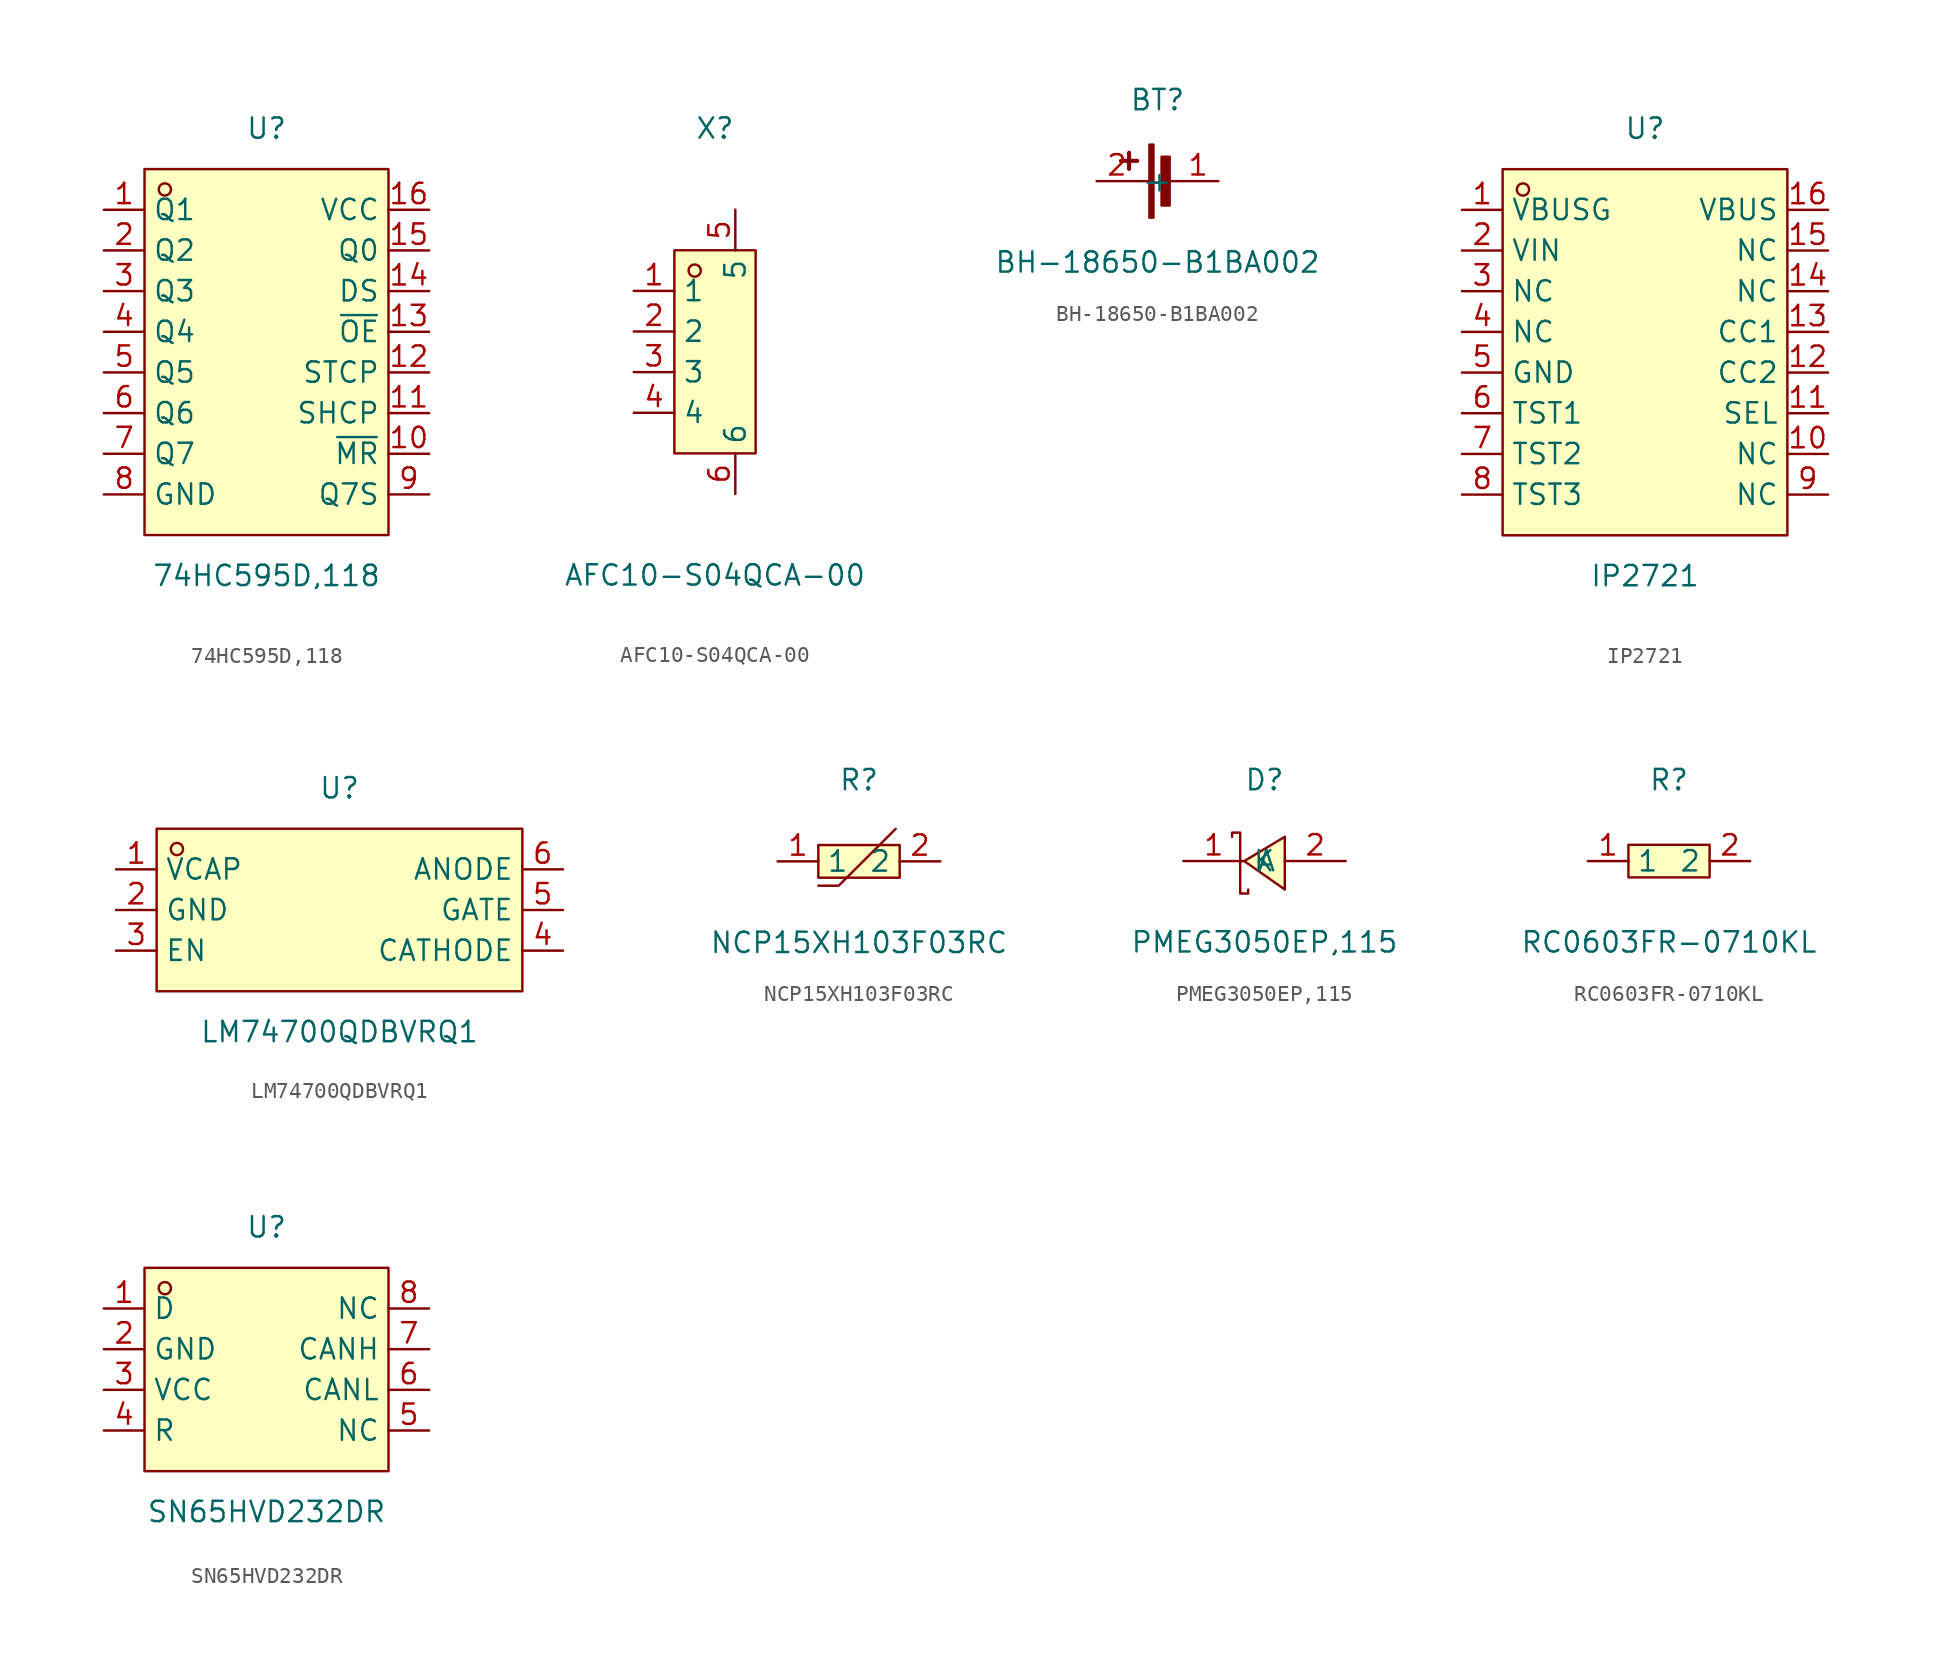
<source format=kicad_sym>
(kicad_symbol_lib
  (version 20241209)
  (generator "kicad_symbol_editor")
  (generator_version "9.0")
  (symbol "74HC595D,118"
    (property "Reference" "U"
      (at 0 13.97 0)
      (effects (font (size 1.27 1.27))))
    (property "Value" "74HC595D,118"
      (at 0 -13.97 0)
      (effects (font (size 1.27 1.27))))
    (symbol "74HC595D,118_0_1"
      (rectangle (start -7.62 11.43) (end 7.62 -11.43) (stroke (width 0) (type default)) (fill (type background)))
      (circle (center -6.35 10.16) (radius 0.38) (stroke (width 0) (type default)) (fill (type none)))
      (pin unspecified line (at -10.16 8.89 0) (length 2.54) (name "Q1" (effects (font (size 1.27 1.27)))) (number "1" (effects (font (size 1.27 1.27)))))
      (pin unspecified line (at -10.16 6.35 0) (length 2.54) (name "Q2" (effects (font (size 1.27 1.27)))) (number "2" (effects (font (size 1.27 1.27)))))
      (pin unspecified line (at -10.16 3.81 0) (length 2.54) (name "Q3" (effects (font (size 1.27 1.27)))) (number "3" (effects (font (size 1.27 1.27)))))
      (pin unspecified line (at -10.16 1.27 0) (length 2.54) (name "Q4" (effects (font (size 1.27 1.27)))) (number "4" (effects (font (size 1.27 1.27)))))
      (pin unspecified line (at -10.16 -1.27 0) (length 2.54) (name "Q5" (effects (font (size 1.27 1.27)))) (number "5" (effects (font (size 1.27 1.27)))))
      (pin unspecified line (at -10.16 -3.81 0) (length 2.54) (name "Q6" (effects (font (size 1.27 1.27)))) (number "6" (effects (font (size 1.27 1.27)))))
      (pin unspecified line (at -10.16 -6.35 0) (length 2.54) (name "Q7" (effects (font (size 1.27 1.27)))) (number "7" (effects (font (size 1.27 1.27)))))
      (pin unspecified line (at -10.16 -8.89 0) (length 2.54) (name "GND" (effects (font (size 1.27 1.27)))) (number "8" (effects (font (size 1.27 1.27)))))
      (pin unspecified line (at 10.16 8.89 180) (length 2.54) (name "VCC" (effects (font (size 1.27 1.27)))) (number "16" (effects (font (size 1.27 1.27)))))
      (pin unspecified line (at 10.16 6.35 180) (length 2.54) (name "Q0" (effects (font (size 1.27 1.27)))) (number "15" (effects (font (size 1.27 1.27)))))
      (pin unspecified line (at 10.16 3.81 180) (length 2.54) (name "DS" (effects (font (size 1.27 1.27)))) (number "14" (effects (font (size 1.27 1.27)))))
      (pin unspecified line (at 10.16 1.27 180) (length 2.54) (name "~{OE}" (effects (font (size 1.27 1.27)))) (number "13" (effects (font (size 1.27 1.27)))))
      (pin unspecified line (at 10.16 -1.27 180) (length 2.54) (name "STCP" (effects (font (size 1.27 1.27)))) (number "12" (effects (font (size 1.27 1.27)))))
      (pin unspecified line (at 10.16 -3.81 180) (length 2.54) (name "SHCP" (effects (font (size 1.27 1.27)))) (number "11" (effects (font (size 1.27 1.27)))))
      (pin unspecified line (at 10.16 -6.35 180) (length 2.54) (name "~{MR}" (effects (font (size 1.27 1.27)))) (number "10" (effects (font (size 1.27 1.27)))))
      (pin unspecified line (at 10.16 -8.89 180) (length 2.54) (name "Q7S" (effects (font (size 1.27 1.27)))) (number "9" (effects (font (size 1.27 1.27)))))))
  (symbol "AFC10-S04QCA-00"
    (property "Reference" "X"
      (at 0 13.97 0)
      (effects (font (size 1.27 1.27))))
    (property "Value" "AFC10-S04QCA-00"
      (at 0 -13.97 0)
      (effects (font (size 1.27 1.27))))
    (symbol "AFC10-S04QCA-00_0_1"
      (rectangle (start -2.54 6.35) (end 2.54 -6.35) (stroke (width 0) (type default)) (fill (type background)))
      (circle (center -1.27 5.08) (radius 0.38) (stroke (width 0) (type default)) (fill (type none)))
      (pin unspecified line (at -5.08 3.81 0) (length 2.54) (name "1" (effects (font (size 1.27 1.27)))) (number "1" (effects (font (size 1.27 1.27)))))
      (pin unspecified line (at -5.08 1.27 0) (length 2.54) (name "2" (effects (font (size 1.27 1.27)))) (number "2" (effects (font (size 1.27 1.27)))))
      (pin unspecified line (at -5.08 -1.27 0) (length 2.54) (name "3" (effects (font (size 1.27 1.27)))) (number "3" (effects (font (size 1.27 1.27)))))
      (pin unspecified line (at -5.08 -3.81 0) (length 2.54) (name "4" (effects (font (size 1.27 1.27)))) (number "4" (effects (font (size 1.27 1.27)))))
      (pin unspecified line (at 1.27 8.89 270) (length 2.54) (name "5" (effects (font (size 1.27 1.27)))) (number "5" (effects (font (size 1.27 1.27)))))
      (pin unspecified line (at 1.27 -8.89 90) (length 2.54) (name "6" (effects (font (size 1.27 1.27)))) (number "6" (effects (font (size 1.27 1.27)))))))
  (symbol "BH-18650-B1BA002"
    (property "Reference" "BT"
      (at 0 5.08 0)
      (effects (font (size 1.27 1.27))))
    (property "Value" "BH-18650-B1BA002"
      (at 0 -5.08 0)
      (effects (font (size 1.27 1.27))))
    (symbol "BH-18650-B1BA002_0_1"
      (polyline (pts (xy -2.286 1.27) (xy -1.27 1.27)) (stroke (width 0.254) (type default)) (fill (type none)))
      (polyline (pts (xy -1.778 0.762) (xy -1.778 1.778)) (stroke (width 0.254) (type default)) (fill (type none)))
      (polyline (pts (xy -0.508 0) (xy -1.27 0)) (stroke (width 0) (type default)) (fill (type none)))
      (rectangle (start -0.508 -2.286) (end -0.254 2.286) (stroke (width 0) (type default)) (fill (type outline)))
      (rectangle (start 0.254 -1.524) (end 0.762 1.524) (stroke (width 0) (type default)) (fill (type outline)))
      (polyline (pts (xy 0.508 0) (xy 1.27 0)) (stroke (width 0) (type default)) (fill (type none))))
    (symbol "BH-18650-B1BA002_1_1"
      (pin passive line (at -3.81 0 0) (length 2.54) (name "+" (effects (font (size 1.27 1.27)))) (number "2" (effects (font (size 1.27 1.27)))))
      (pin passive line (at 3.81 0 180) (length 2.54) (name "-" (effects (font (size 1.27 1.27)))) (number "1" (effects (font (size 1.27 1.27)))))))
  (symbol "IP2721"
    (property "Reference" "U"
      (at 0 13.97 0)
      (effects (font (size 1.27 1.27))))
    (property "Value" "IP2721"
      (at 0 -13.97 0)
      (effects (font (size 1.27 1.27))))
    (symbol "IP2721_0_1"
      (rectangle (start -8.89 11.43) (end 8.89 -11.43) (stroke (width 0) (type default)) (fill (type background)))
      (circle (center -7.62 10.16) (radius 0.38) (stroke (width 0) (type default)) (fill (type none)))
      (pin unspecified line (at -11.43 8.89 0) (length 2.54) (name "VBUSG" (effects (font (size 1.27 1.27)))) (number "1" (effects (font (size 1.27 1.27)))))
      (pin unspecified line (at -11.43 6.35 0) (length 2.54) (name "VIN" (effects (font (size 1.27 1.27)))) (number "2" (effects (font (size 1.27 1.27)))))
      (pin unspecified line (at -11.43 3.81 0) (length 2.54) (name "NC" (effects (font (size 1.27 1.27)))) (number "3" (effects (font (size 1.27 1.27)))))
      (pin unspecified line (at -11.43 1.27 0) (length 2.54) (name "NC" (effects (font (size 1.27 1.27)))) (number "4" (effects (font (size 1.27 1.27)))))
      (pin unspecified line (at -11.43 -1.27 0) (length 2.54) (name "GND" (effects (font (size 1.27 1.27)))) (number "5" (effects (font (size 1.27 1.27)))))
      (pin unspecified line (at -11.43 -3.81 0) (length 2.54) (name "TST1" (effects (font (size 1.27 1.27)))) (number "6" (effects (font (size 1.27 1.27)))))
      (pin unspecified line (at -11.43 -6.35 0) (length 2.54) (name "TST2" (effects (font (size 1.27 1.27)))) (number "7" (effects (font (size 1.27 1.27)))))
      (pin unspecified line (at -11.43 -8.89 0) (length 2.54) (name "TST3" (effects (font (size 1.27 1.27)))) (number "8" (effects (font (size 1.27 1.27)))))
      (pin unspecified line (at 11.43 8.89 180) (length 2.54) (name "VBUS" (effects (font (size 1.27 1.27)))) (number "16" (effects (font (size 1.27 1.27)))))
      (pin unspecified line (at 11.43 6.35 180) (length 2.54) (name "NC" (effects (font (size 1.27 1.27)))) (number "15" (effects (font (size 1.27 1.27)))))
      (pin unspecified line (at 11.43 3.81 180) (length 2.54) (name "NC" (effects (font (size 1.27 1.27)))) (number "14" (effects (font (size 1.27 1.27)))))
      (pin unspecified line (at 11.43 1.27 180) (length 2.54) (name "CC1" (effects (font (size 1.27 1.27)))) (number "13" (effects (font (size 1.27 1.27)))))
      (pin unspecified line (at 11.43 -1.27 180) (length 2.54) (name "CC2" (effects (font (size 1.27 1.27)))) (number "12" (effects (font (size 1.27 1.27)))))
      (pin unspecified line (at 11.43 -3.81 180) (length 2.54) (name "SEL" (effects (font (size 1.27 1.27)))) (number "11" (effects (font (size 1.27 1.27)))))
      (pin unspecified line (at 11.43 -6.35 180) (length 2.54) (name "NC" (effects (font (size 1.27 1.27)))) (number "10" (effects (font (size 1.27 1.27)))))
      (pin unspecified line (at 11.43 -8.89 180) (length 2.54) (name "NC" (effects (font (size 1.27 1.27)))) (number "9" (effects (font (size 1.27 1.27)))))))
  (symbol "LM74700QDBVRQ1"
    (property "Reference" "U"
      (at 0 7.62 0)
      (effects (font (size 1.27 1.27))))
    (property "Value" "LM74700QDBVRQ1"
      (at 0 -7.62 0)
      (effects (font (size 1.27 1.27))))
    (symbol "LM74700QDBVRQ1_0_1"
      (rectangle (start -11.43 5.08) (end 11.43 -5.08) (stroke (width 0) (type default)) (fill (type background)))
      (circle (center -10.16 3.81) (radius 0.38) (stroke (width 0) (type default)) (fill (type none)))
      (pin unspecified line (at -13.97 2.54 0) (length 2.54) (name "VCAP" (effects (font (size 1.27 1.27)))) (number "1" (effects (font (size 1.27 1.27)))))
      (pin unspecified line (at -13.97 0 0) (length 2.54) (name "GND" (effects (font (size 1.27 1.27)))) (number "2" (effects (font (size 1.27 1.27)))))
      (pin unspecified line (at -13.97 -2.54 0) (length 2.54) (name "EN" (effects (font (size 1.27 1.27)))) (number "3" (effects (font (size 1.27 1.27)))))
      (pin unspecified line (at 13.97 2.54 180) (length 2.54) (name "ANODE" (effects (font (size 1.27 1.27)))) (number "6" (effects (font (size 1.27 1.27)))))
      (pin unspecified line (at 13.97 0 180) (length 2.54) (name "GATE" (effects (font (size 1.27 1.27)))) (number "5" (effects (font (size 1.27 1.27)))))
      (pin unspecified line (at 13.97 -2.54 180) (length 2.54) (name "CATHODE" (effects (font (size 1.27 1.27)))) (number "4" (effects (font (size 1.27 1.27)))))))
  (symbol "NCP15XH103F03RC"
    (property "Reference" "R"
      (at 0 5.08 0)
      (effects (font (size 1.27 1.27))))
    (property "Value" "NCP15XH103F03RC"
      (at 0 -5.08 0)
      (effects (font (size 1.27 1.27))))
    (symbol "NCP15XH103F03RC_0_1"
      (rectangle (start -2.54 1.02) (end 2.54 -1.02) (stroke (width 0) (type default)) (fill (type background)))
      (polyline (pts (xy -2.54 -1.52) (xy -1.27 -1.52) (xy 2.29 2.03)) (stroke (width 0) (type default)) (fill (type none)))
      (pin input line (at -5.08 0 0) (length 2.54) (name "1" (effects (font (size 1.27 1.27)))) (number "1" (effects (font (size 1.27 1.27)))))
      (pin input line (at 5.08 0 180) (length 2.54) (name "2" (effects (font (size 1.27 1.27)))) (number "2" (effects (font (size 1.27 1.27)))))))
  (symbol "PMEG3050EP,115"
    (property "Reference" "D"
      (at 0 5.08 0)
      (effects (font (size 1.27 1.27))))
    (property "Value" "PMEG3050EP,115"
      (at 0 -5.08 0)
      (effects (font (size 1.27 1.27))))
    (symbol "PMEG3050EP,115_0_1"
      (polyline (pts (xy -2.03 1.52) (xy -2.03 1.78) (xy -1.52 1.78) (xy -1.52 -2.03) (xy -1.02 -2.03) (xy -1.02 -1.78)) (stroke (width 0) (type default)) (fill (type none)))
      (polyline (pts (xy 1.27 1.52) (xy -1.27 0) (xy 1.27 -1.78) (xy 1.27 1.52)) (stroke (width 0) (type default)) (fill (type background)))
      (pin unspecified line (at -5.08 0 0) (length 3.81) (name "K" (effects (font (size 1.27 1.27)))) (number "1" (effects (font (size 1.27 1.27)))))
      (pin unspecified line (at 5.08 0 180) (length 3.81) (name "A" (effects (font (size 1.27 1.27)))) (number "2" (effects (font (size 1.27 1.27)))))))
  (symbol "RC0603FR-0710KL"
    (property "Reference" "R"
      (at 0 5.08 0)
      (effects (font (size 1.27 1.27))))
    (property "Value" "RC0603FR-0710KL"
      (at 0 -5.08 0)
      (effects (font (size 1.27 1.27))))
    (symbol "RC0603FR-0710KL_0_1"
      (rectangle (start -2.54 1.02) (end 2.54 -1.02) (stroke (width 0) (type default)) (fill (type background)))
      (pin input line (at -5.08 0 0) (length 2.54) (name "1" (effects (font (size 1.27 1.27)))) (number "1" (effects (font (size 1.27 1.27)))))
      (pin input line (at 5.08 0 180) (length 2.54) (name "2" (effects (font (size 1.27 1.27)))) (number "2" (effects (font (size 1.27 1.27)))))))
  (symbol "SN65HVD232DR"
    (property "Reference" "U"
      (at 0 8.89 0)
      (effects (font (size 1.27 1.27))))
    (property "Value" "SN65HVD232DR"
      (at 0 -8.89 0)
      (effects (font (size 1.27 1.27))))
    (symbol "SN65HVD232DR_0_1"
      (rectangle (start -7.62 6.35) (end 7.62 -6.35) (stroke (width 0) (type default)) (fill (type background)))
      (circle (center -6.35 5.08) (radius 0.38) (stroke (width 0) (type default)) (fill (type none)))
      (pin unspecified line (at -10.16 3.81 0) (length 2.54) (name "D" (effects (font (size 1.27 1.27)))) (number "1" (effects (font (size 1.27 1.27)))))
      (pin unspecified line (at -10.16 1.27 0) (length 2.54) (name "GND" (effects (font (size 1.27 1.27)))) (number "2" (effects (font (size 1.27 1.27)))))
      (pin unspecified line (at -10.16 -1.27 0) (length 2.54) (name "VCC" (effects (font (size 1.27 1.27)))) (number "3" (effects (font (size 1.27 1.27)))))
      (pin unspecified line (at -10.16 -3.81 0) (length 2.54) (name "R" (effects (font (size 1.27 1.27)))) (number "4" (effects (font (size 1.27 1.27)))))
      (pin unspecified line (at 10.16 3.81 180) (length 2.54) (name "NC" (effects (font (size 1.27 1.27)))) (number "8" (effects (font (size 1.27 1.27)))))
      (pin unspecified line (at 10.16 1.27 180) (length 2.54) (name "CANH" (effects (font (size 1.27 1.27)))) (number "7" (effects (font (size 1.27 1.27)))))
      (pin unspecified line (at 10.16 -1.27 180) (length 2.54) (name "CANL" (effects (font (size 1.27 1.27)))) (number "6" (effects (font (size 1.27 1.27)))))
      (pin unspecified line (at 10.16 -3.81 180) (length 2.54) (name "NC" (effects (font (size 1.27 1.27)))) (number "5" (effects (font (size 1.27 1.27))))))))
</source>
